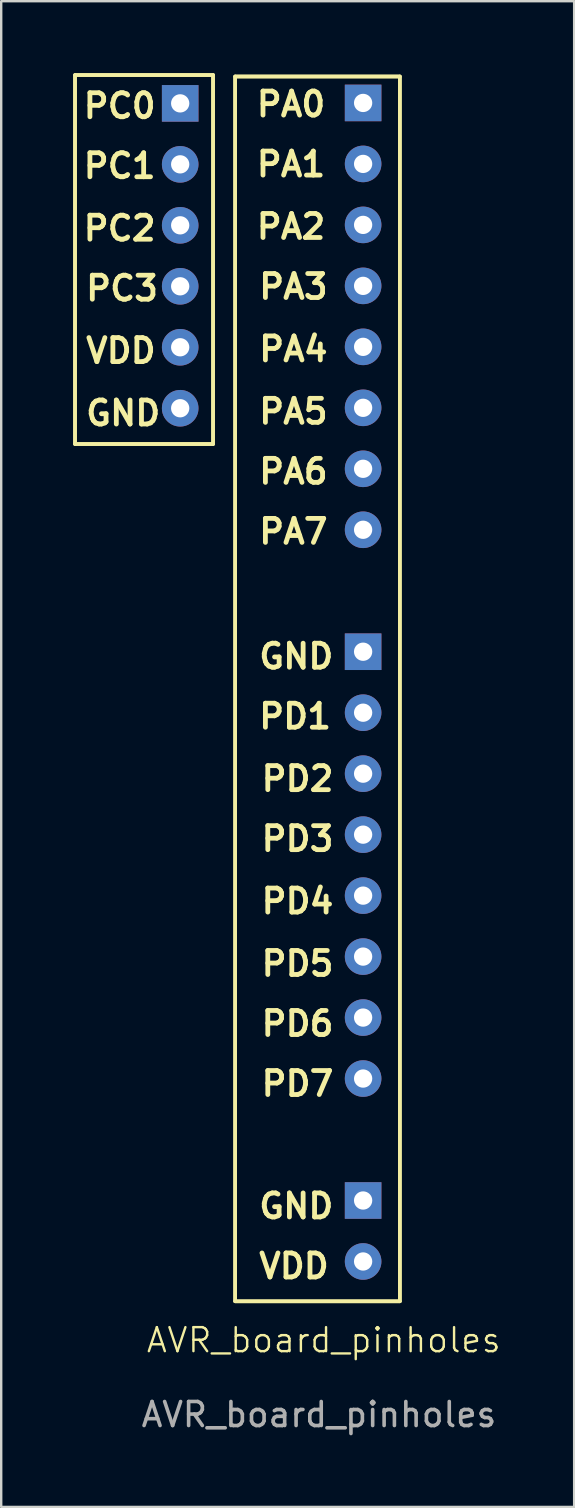
<source format=kicad_pcb>
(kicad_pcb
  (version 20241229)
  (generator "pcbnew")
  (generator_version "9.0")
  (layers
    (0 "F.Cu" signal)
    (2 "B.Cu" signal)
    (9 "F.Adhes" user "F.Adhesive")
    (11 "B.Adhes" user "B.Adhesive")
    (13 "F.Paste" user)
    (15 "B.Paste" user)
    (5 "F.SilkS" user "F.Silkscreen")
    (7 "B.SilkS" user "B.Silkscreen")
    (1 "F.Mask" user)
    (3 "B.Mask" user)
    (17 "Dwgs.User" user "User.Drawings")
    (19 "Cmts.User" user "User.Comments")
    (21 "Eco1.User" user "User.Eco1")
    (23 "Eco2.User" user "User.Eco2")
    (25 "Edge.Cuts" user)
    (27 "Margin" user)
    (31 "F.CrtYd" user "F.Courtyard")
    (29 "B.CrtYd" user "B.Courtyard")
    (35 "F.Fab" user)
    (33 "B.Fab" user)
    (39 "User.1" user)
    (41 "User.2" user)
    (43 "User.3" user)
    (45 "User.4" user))
  (footprint "AVR_board_pinholes"
    (layer "F.Cu")
    (at 9.536 25.876)
    (property "Reference" "AVR_board_pinholes" (at 0.9 26.9 0) (unlocked yes) (layer "F.SilkS") (effects (font (size 1 1) (thickness 0.1))))
    (attr through_hole)
    (fp_line (start -9.46 -25.8) (end -3.71 -25.8) (stroke (width 0.152) (type default)) (layer "F.SilkS"))
    (fp_line (start -9.46 -10.43) (end -9.46 -25.8) (stroke (width 0.152) (type default)) (layer "F.SilkS"))
    (fp_line (start -3.71 -25.8) (end -3.71 -10.43) (stroke (width 0.152) (type default)) (layer "F.SilkS"))
    (fp_line (start -3.71 -10.43) (end -9.46 -10.43) (stroke (width 0.152) (type default)) (layer "F.SilkS"))
    (fp_line (start -2.79 -25.74) (end 4.07 -25.74) (stroke (width 0.152) (type default)) (layer "F.SilkS"))
    (fp_line (start -2.79 25.28) (end -2.79 -25.74) (stroke (width 0.152) (type default)) (layer "F.SilkS"))
    (fp_line (start 4.07 -25.74) (end 4.07 25.28) (stroke (width 0.152) (type default)) (layer "F.SilkS"))
    (fp_line (start 4.07 25.28) (end -2.79 25.28) (stroke (width 0.152) (type default)) (layer "F.SilkS"))
    (fp_rect (start -9.46 -25.8) (end -3.71 -10.43) (stroke (width 0.152) (type default)) (fill no) (layer "F.SilkS"))
    (fp_rect (start -2.79 -25.74) (end 4.07 25.28) (stroke (width 0.152) (type default)) (fill no) (layer "F.SilkS"))
    (fp_text user "PA1" (at -2 -21.5 0) (unlocked yes) (layer "F.SilkS") (effects (font (size 1 1) (thickness 0.2) (bold yes)) (justify left bottom)))
    (fp_text user "PA0" (at -2 -24 0) (unlocked yes) (layer "F.SilkS") (effects (font (size 1 1) (thickness 0.2) (bold yes)) (justify left bottom)))
    (fp_text user "PD1" (at -1.9 1.5 0) (unlocked yes) (layer "F.SilkS") (effects (font (size 1 1) (thickness 0.2) (bold yes)) (justify left bottom)))
    (fp_text user "GND" (at -1.9 21.9 0) (unlocked yes) (layer "F.SilkS") (effects (font (size 1 1) (thickness 0.2) (bold yes)) (justify left bottom)))
    (fp_text user "PA5" (at -1.9 -11.2 0) (unlocked yes) (layer "F.SilkS") (effects (font (size 1 1) (thickness 0.2) (bold yes)) (justify left bottom)))
    (fp_text user "PA7" (at -1.9 -6.2 0) (unlocked yes) (layer "F.SilkS") (effects (font (size 1 1) (thickness 0.2) (bold yes)) (justify left bottom)))
    (fp_text user "PC2" (at -9.21 -18.83 0) (unlocked yes) (layer "F.SilkS") (effects (font (size 1 1) (thickness 0.2) (bold yes)) (justify left bottom)))
    (fp_text user "PD2" (at -1.8 4.1 0) (unlocked yes) (layer "F.SilkS") (effects (font (size 1 1) (thickness 0.2) (bold yes)) (justify left bottom)))
    (fp_text user "VDD" (at -1.9 24.4 0) (unlocked yes) (layer "F.SilkS") (effects (font (size 1 1) (thickness 0.2) (bold yes)) (justify left bottom)))
    (fp_text user "PD3" (at -1.8 6.6 0) (unlocked yes) (layer "F.SilkS") (effects (font (size 1 1) (thickness 0.2) (bold yes)) (justify left bottom)))
    (fp_text user "PA3" (at -1.9 -16.4 0) (unlocked yes) (layer "F.SilkS") (effects (font (size 1 1) (thickness 0.2) (bold yes)) (justify left bottom)))
    (fp_text user "PC1" (at -9.21 -21.43 0) (unlocked yes) (layer "F.SilkS") (effects (font (size 1 1) (thickness 0.2) (bold yes)) (justify left bottom)))
    (fp_text user "PA2" (at -2 -18.9 0) (unlocked yes) (layer "F.SilkS") (effects (font (size 1 1) (thickness 0.2) (bold yes)) (justify left bottom)))
    (fp_text user "PD4" (at -1.8 9.2 0) (unlocked yes) (layer "F.SilkS") (effects (font (size 1 1) (thickness 0.2) (bold yes)) (justify left bottom)))
    (fp_text user "PA4" (at -1.9 -13.8 0) (unlocked yes) (layer "F.SilkS") (effects (font (size 1 1) (thickness 0.2) (bold yes)) (justify left bottom)))
    (fp_text user "PA6" (at -1.9 -8.7 0) (unlocked yes) (layer "F.SilkS") (effects (font (size 1 1) (thickness 0.2) (bold yes)) (justify left bottom)))
    (fp_text user "PD7" (at -1.8 16.8 0) (unlocked yes) (layer "F.SilkS") (effects (font (size 1 1) (thickness 0.2) (bold yes)) (justify left bottom)))
    (fp_text user "VDD" (at -9.11 -13.73 0) (unlocked yes) (layer "F.SilkS") (effects (font (size 1 1) (thickness 0.2) (bold yes)) (justify left bottom)))
    (fp_text user "PC0" (at -9.21 -23.93 0) (unlocked yes) (layer "F.SilkS") (effects (font (size 1 1) (thickness 0.2) (bold yes)) (justify left bottom)))
    (fp_text user "GND" (at -9.11 -11.13 0) (unlocked yes) (layer "F.SilkS") (effects (font (size 1 1) (thickness 0.2) (bold yes)) (justify left bottom)))
    (fp_text user "GND" (at -1.9 -1 0) (unlocked yes) (layer "F.SilkS") (effects (font (size 1 1) (thickness 0.2) (bold yes)) (justify left bottom)))
    (fp_text user "PD5" (at -1.8 11.8 0) (unlocked yes) (layer "F.SilkS") (effects (font (size 1 1) (thickness 0.2) (bold yes)) (justify left bottom)))
    (fp_text user "PD6" (at -1.8 14.3 0) (unlocked yes) (layer "F.SilkS") (effects (font (size 1 1) (thickness 0.2) (bold yes)) (justify left bottom)))
    (fp_text user "PC3" (at -9.11 -16.33 0) (unlocked yes) (layer "F.SilkS") (effects (font (size 1 1) (thickness 0.2) (bold yes)) (justify left bottom)))
    (fp_text user "${REFERENCE}" (at 0.7 30 0) (unlocked yes) (layer "F.Fab") (effects (font (size 1 1) (thickness 0.15))))
    (pad "1" thru_hole circle (at 2.54 -6.858 90) (size 1.524 1.524) (drill 0.762) (layers "*.Cu" "*.Mask"))
    (pad "2" thru_hole rect (at -5.08 -24.62 90) (size 1.524 1.524) (drill 0.762) (layers "*.Cu" "*.Mask"))
    (pad "3" thru_hole circle (at -5.08 -22.08 90) (size 1.524 1.524) (drill 0.762) (layers "*.Cu" "*.Mask"))
    (pad "4" thru_hole circle (at -5.08 -19.54 90) (size 1.524 1.524) (drill 0.762) (layers "*.Cu" "*.Mask"))
    (pad "5" thru_hole circle (at -5.08 -17 90) (size 1.524 1.524) (drill 0.762) (layers "*.Cu" "*.Mask"))
    (pad "7" thru_hole circle (at 2.54 0.762 90) (size 1.524 1.524) (drill 0.762) (layers "*.Cu" "*.Mask"))
    (pad "8" thru_hole circle (at 2.54 3.302 90) (size 1.524 1.524) (drill 0.762) (layers "*.Cu" "*.Mask"))
    (pad "9" thru_hole circle (at 2.54 5.842 90) (size 1.524 1.524) (drill 0.762) (layers "*.Cu" "*.Mask"))
    (pad "10" thru_hole circle (at 2.54 8.382 90) (size 1.524 1.524) (drill 0.762) (layers "*.Cu" "*.Mask"))
    (pad "11" thru_hole circle (at 2.54 10.922 90) (size 1.524 1.524) (drill 0.762) (layers "*.Cu" "*.Mask"))
    (pad "12" thru_hole circle (at 2.54 13.462 90) (size 1.524 1.524) (drill 0.762) (layers "*.Cu" "*.Mask"))
    (pad "13" thru_hole circle (at 2.54 16.002 90) (size 1.524 1.524) (drill 0.762) (layers "*.Cu" "*.Mask"))
    (pad "20" thru_hole circle (at -5.08 -14.46 90) (size 1.524 1.524) (drill 0.762) (layers "*.Cu" "*.Mask"))
    (pad "20" thru_hole circle (at 2.54 23.622 90) (size 1.524 1.524) (drill 0.762) (layers "*.Cu" "*.Mask"))
    (pad "21" thru_hole circle (at -5.08 -11.92 90) (size 1.524 1.524) (drill 0.762) (layers "*.Cu" "*.Mask"))
    (pad "21" thru_hole rect (at 2.54 -1.778 90) (size 1.524 1.524) (drill 0.762) (layers "*.Cu" "*.Mask"))
    (pad "21" thru_hole rect (at 2.54 21.082 90) (size 1.524 1.524) (drill 0.762) (layers "*.Cu" "*.Mask"))
    (pad "22" thru_hole rect (at 2.54 -24.638 90) (size 1.524 1.524) (drill 0.762) (layers "*.Cu" "*.Mask"))
    (pad "23" thru_hole circle (at 2.54 -22.098 90) (size 1.524 1.524) (drill 0.762) (layers "*.Cu" "*.Mask"))
    (pad "24" thru_hole circle (at 2.54 -19.558 90) (size 1.524 1.524) (drill 0.762) (layers "*.Cu" "*.Mask"))
    (pad "25" thru_hole circle (at 2.54 -17.018 90) (size 1.524 1.524) (drill 0.762) (layers "*.Cu" "*.Mask"))
    (pad "26" thru_hole circle (at 2.54 -14.478 90) (size 1.524 1.524) (drill 0.762) (layers "*.Cu" "*.Mask"))
    (pad "27" thru_hole circle (at 2.54 -11.938 90) (size 1.524 1.524) (drill 0.762) (layers "*.Cu" "*.Mask"))
    (pad "28" thru_hole circle (at 2.54 -9.398 90) (size 1.524 1.524) (drill 0.762) (layers "*.Cu" "*.Mask"))
    (zone (net_name "") (layer "F.SilkS") (hatch edge 0.5) (connect_pads) (min_thickness 0.25) (filled_areas_thickness no) (keepout (tracks allowed) (vias allowed) (pads not_allowed) (copperpour allowed) (footprints allowed)) (placement (enabled no)) (fill) (polygon (pts (xy 0.076 0.076) (xy 5.826 0.076) (xy 5.826 15.446) (xy 0.076 15.446))))
    (zone (net_name "") (layer "F.SilkS") (hatch edge 0.5) (connect_pads) (min_thickness 0.25) (filled_areas_thickness no) (keepout (tracks allowed) (vias allowed) (pads not_allowed) (copperpour allowed) (footprints allowed)) (placement (enabled no)) (fill) (polygon (pts (xy 6.746 0.136) (xy 13.606 0.136) (xy 13.606 51.156) (xy 6.746 51.156)))))
  (gr_rect
    (start -3 -3)
    (end 20.867 59.724)
    (stroke (width 0.1) (type default))
    (fill no)
    (layer "Edge.Cuts")))
</source>
